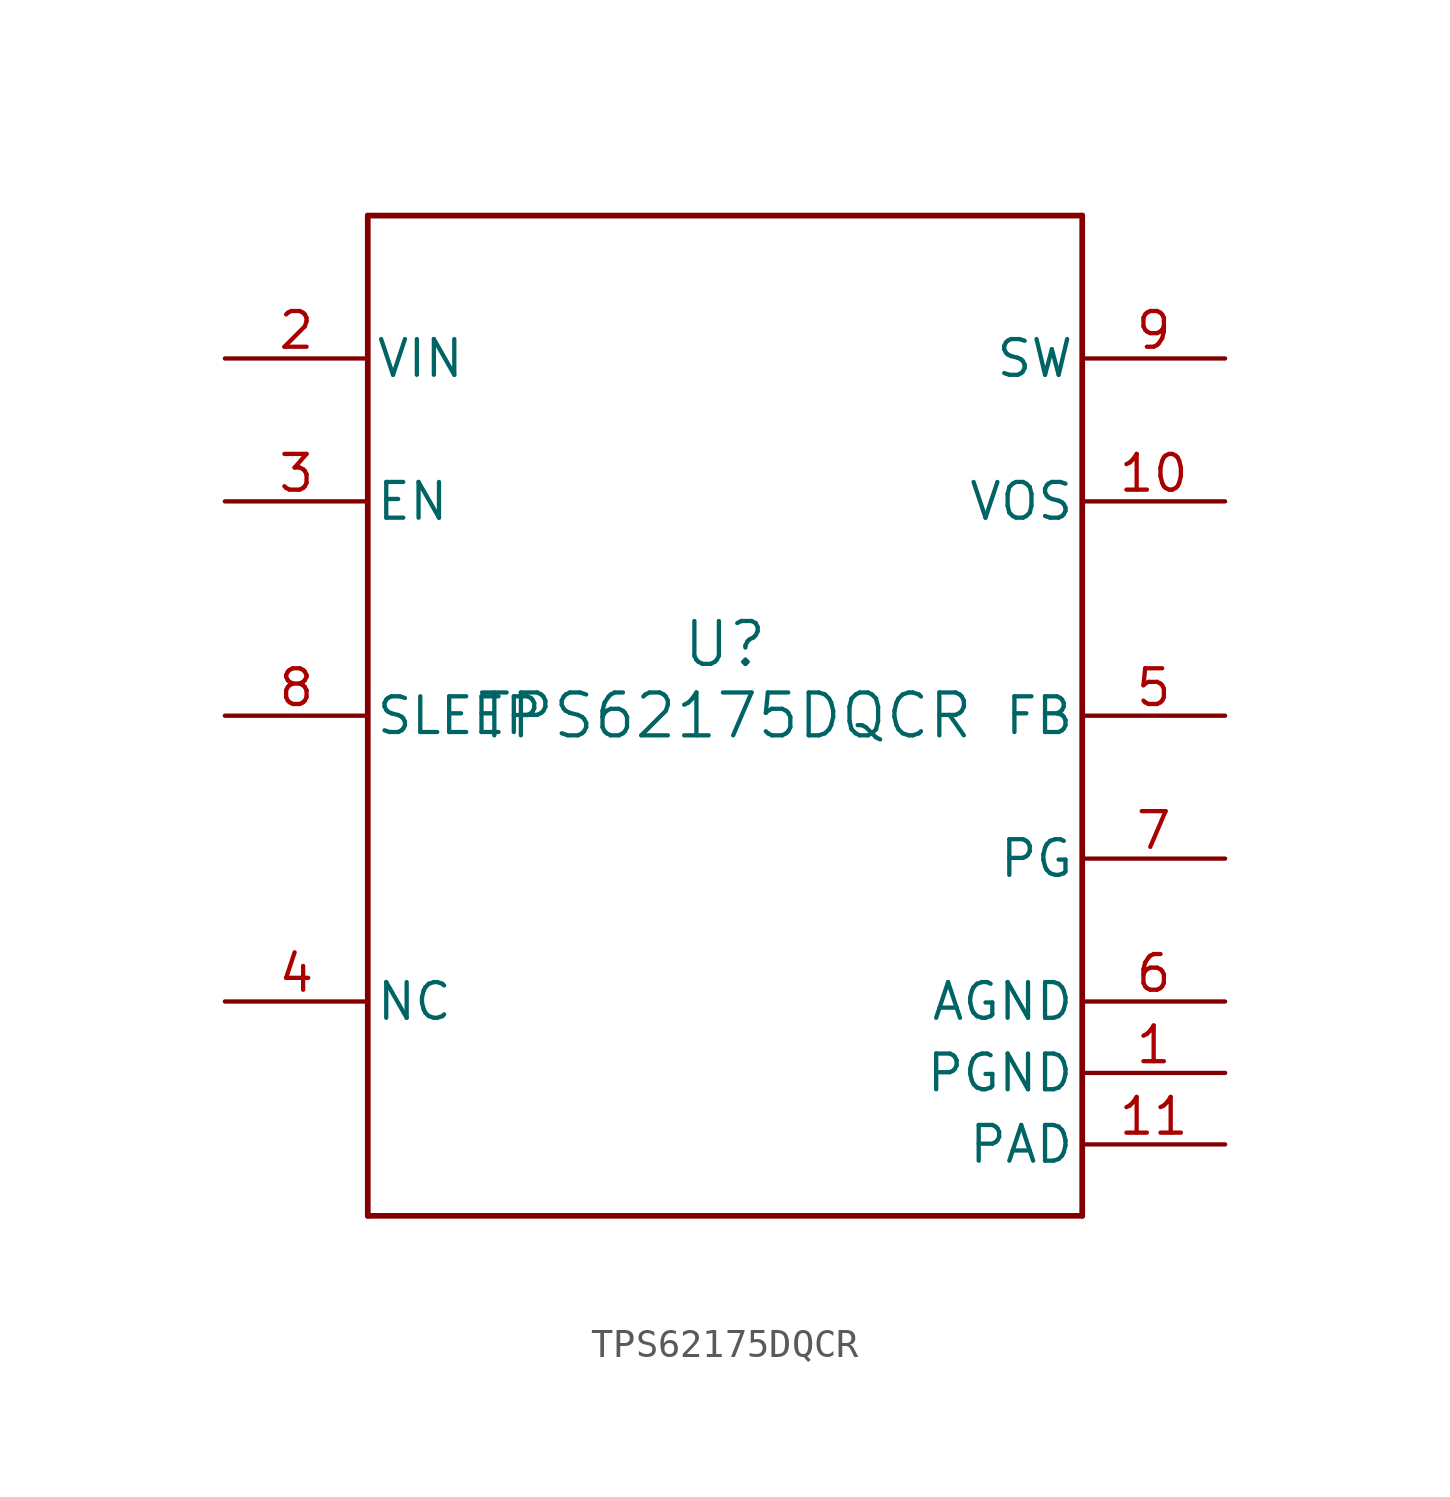
<source format=kicad_sym>
(kicad_symbol_lib
  (version 20211014)
  (generator kicad_symbol_editor)
  (symbol "TPS62175DQCR"
    (pin_names
      (offset 0.254))
    (property "Reference" "U"
      (at 0 2.54 0)
      (effects (font (size 1.524 1.524))))
    (property "Value" "TPS62175DQCR"
      (at 0 0 0)
      (effects (font (size 1.524 1.524))))
    (symbol "TPS62175DQCR_0_1"
      (polyline (pts (xy -12.7 -17.78) (xy 12.7 -17.78)) (stroke (width 0.203) (type default) (color 0 0 0 0)) (fill (type none)))
      (polyline (pts (xy 12.7 -17.78) (xy 12.7 17.78)) (stroke (width 0.203) (type default) (color 0 0 0 0)) (fill (type none)))
      (polyline (pts (xy 12.7 17.78) (xy -12.7 17.78)) (stroke (width 0.203) (type default) (color 0 0 0 0)) (fill (type none)))
      (polyline (pts (xy -12.7 17.78) (xy -12.7 -17.78)) (stroke (width 0.203) (type default) (color 0 0 0 0)) (fill (type none)))
      (pin power_in line (at 17.78 -12.7 180) (length 5.08) (name "PGND" (effects (font (size 1.27 1.27)))) (number "1" (effects (font (size 1.27 1.27)))))
      (pin power_in line (at -17.78 12.7 0) (length 5.08) (name "VIN" (effects (font (size 1.27 1.27)))) (number "2" (effects (font (size 1.27 1.27)))))
      (pin input line (at -17.78 7.62 0) (length 5.08) (name "EN" (effects (font (size 1.27 1.27)))) (number "3" (effects (font (size 1.27 1.27)))))
      (pin unspecified line (at -17.78 -10.16 0) (length 5.08) (name "NC" (effects (font (size 1.27 1.27)))) (number "4" (effects (font (size 1.27 1.27)))))
      (pin input line (at 17.78 0 180) (length 5.08) (name "FB" (effects (font (size 1.27 1.27)))) (number "5" (effects (font (size 1.27 1.27)))))
      (pin power_in line (at 17.78 -10.16 180) (length 5.08) (name "AGND" (effects (font (size 1.27 1.27)))) (number "6" (effects (font (size 1.27 1.27)))))
      (pin output line (at 17.78 -5.08 180) (length 5.08) (name "PG" (effects (font (size 1.27 1.27)))) (number "7" (effects (font (size 1.27 1.27)))))
      (pin input line (at -17.78 0 0) (length 5.08) (name "SLEEP" (effects (font (size 1.27 1.27)))) (number "8" (effects (font (size 1.27 1.27)))))
      (pin power_in line (at 17.78 12.7 180) (length 5.08) (name "SW" (effects (font (size 1.27 1.27)))) (number "9" (effects (font (size 1.27 1.27)))))
      (pin input line (at 17.78 7.62 180) (length 5.08) (name "VOS" (effects (font (size 1.27 1.27)))) (number "10" (effects (font (size 1.27 1.27)))))
      (pin power_in line (at 17.78 -15.24 180) (length 5.08) (name "PAD" (effects (font (size 1.27 1.27)))) (number "11" (effects (font (size 1.27 1.27))))))))
</source>
